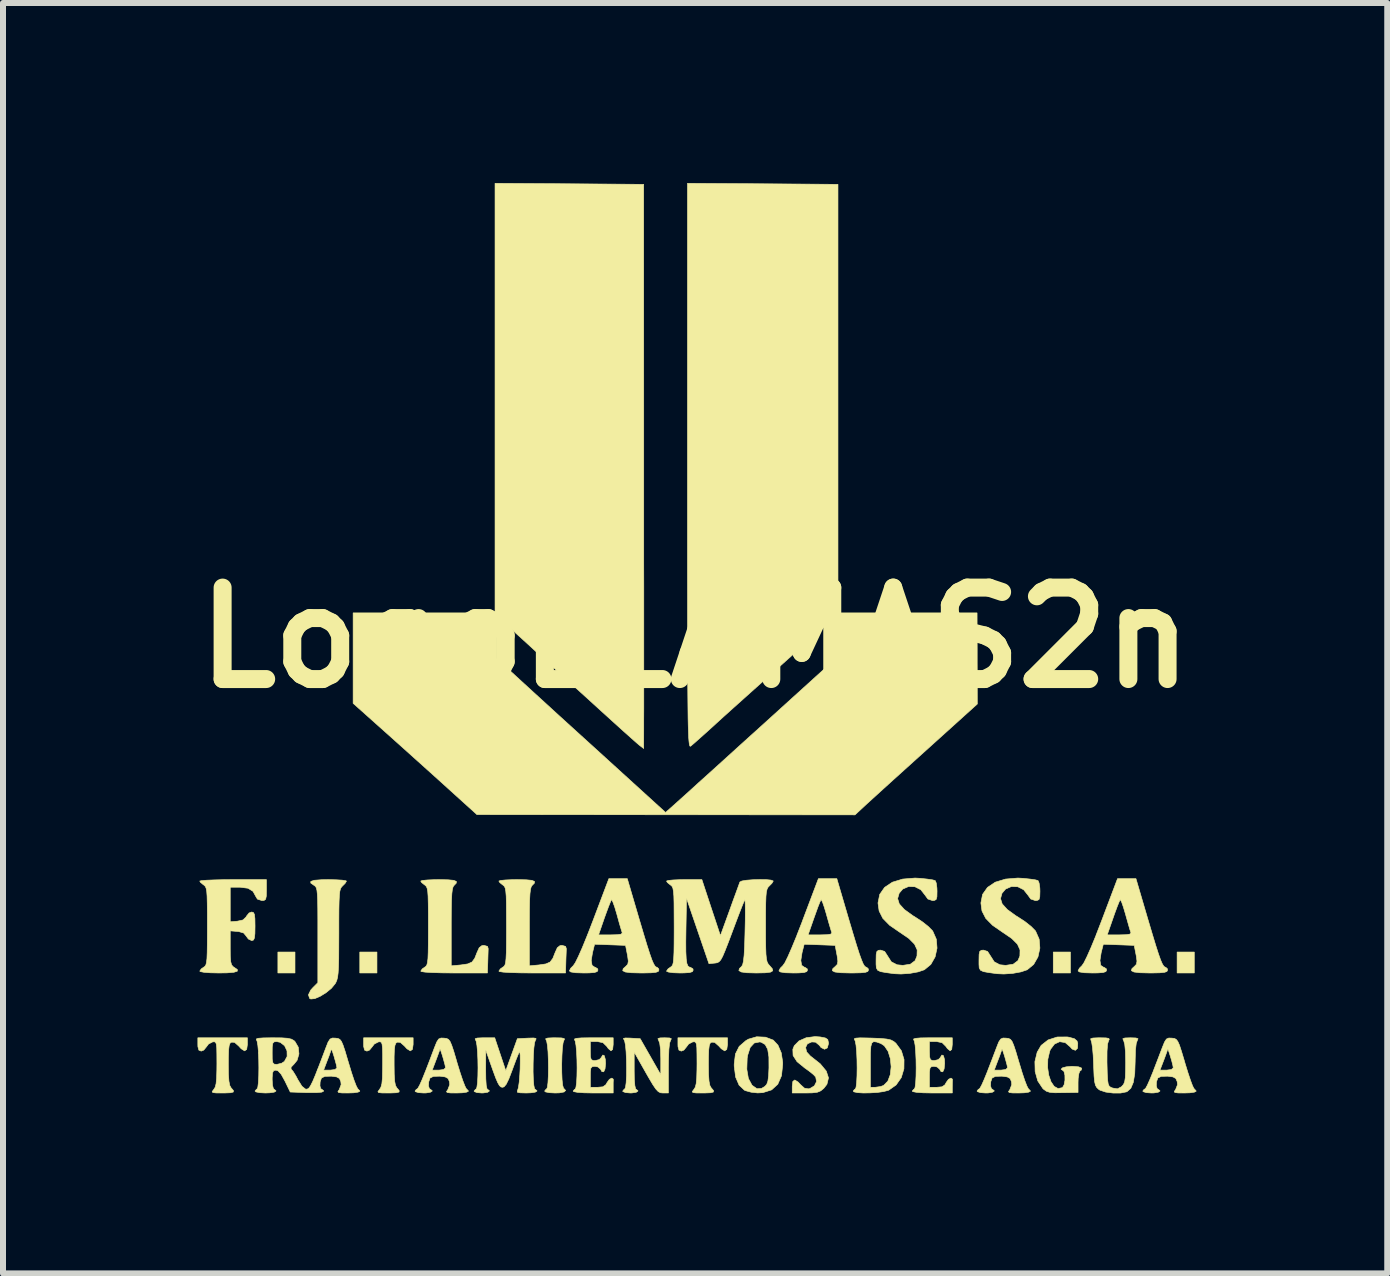
<source format=kicad_pcb>
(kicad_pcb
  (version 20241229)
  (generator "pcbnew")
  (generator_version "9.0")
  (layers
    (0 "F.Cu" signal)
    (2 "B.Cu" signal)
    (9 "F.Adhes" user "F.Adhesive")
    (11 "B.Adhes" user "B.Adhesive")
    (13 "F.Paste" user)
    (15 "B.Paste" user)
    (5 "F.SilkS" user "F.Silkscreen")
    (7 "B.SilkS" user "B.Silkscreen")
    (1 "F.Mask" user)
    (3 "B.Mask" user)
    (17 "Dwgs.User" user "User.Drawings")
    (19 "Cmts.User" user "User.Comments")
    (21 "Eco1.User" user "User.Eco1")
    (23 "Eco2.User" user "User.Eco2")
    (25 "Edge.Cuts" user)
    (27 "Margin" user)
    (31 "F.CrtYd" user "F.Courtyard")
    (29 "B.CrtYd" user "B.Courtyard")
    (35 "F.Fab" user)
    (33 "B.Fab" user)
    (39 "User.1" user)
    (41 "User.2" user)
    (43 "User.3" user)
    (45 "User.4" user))
  (footprint "LogoLLAMAS2n"
    (layer "F.Cu")
    (at 8.534 7.577)
    (property "Reference" "LogoLLAMAS2n" (at 0 0 0) (layer "F.SilkS") (effects (font (size 1.524 1.524) (thickness 0.3))))
    (attr through_hole)
    (fp_poly (pts (xy -6.668 5.588) (xy -6.953 5.588) (xy -6.953 5.239) (xy -6.668 5.239) (xy -6.668 5.588)) (stroke (width 0.01) (type solid)) (fill yes) (layer "F.SilkS"))
    (fp_poly (pts (xy -5.302 5.588) (xy -5.588 5.588) (xy -5.588 5.239) (xy -5.302 5.239) (xy -5.302 5.588)) (stroke (width 0.01) (type solid)) (fill yes) (layer "F.SilkS"))
    (fp_poly (pts (xy 6.255 5.588) (xy 5.969 5.588) (xy 5.969 5.239) (xy 6.255 5.239) (xy 6.255 5.588)) (stroke (width 0.01) (type solid)) (fill yes) (layer "F.SilkS"))
    (fp_poly (pts (xy 8.319 5.588) (xy 8.033 5.588) (xy 8.033 5.239) (xy 8.319 5.239) (xy 8.319 5.588)) (stroke (width 0.01) (type solid)) (fill yes) (layer "F.SilkS"))
    (fp_poly (pts (xy -2.23 6.67) (xy -2.181 6.68) (xy -2.178 6.699) (xy -2.184 6.706) (xy -2.2 6.751) (xy -2.212 6.843) (xy -2.219 6.966) (xy -2.223 7.105) (xy -2.222 7.244) (xy -2.217 7.367) (xy -2.207 7.46) (xy -2.193 7.507) (xy -2.191 7.509) (xy -2.157 7.545) (xy -2.183 7.571) (xy -2.264 7.586) (xy -2.334 7.588) (xy -2.429 7.583) (xy -2.493 7.57) (xy -2.508 7.556) (xy -2.484 7.526) (xy -2.477 7.525) (xy -2.462 7.495) (xy -2.452 7.417) (xy -2.446 7.304) (xy -2.444 7.171) (xy -2.446 7.032) (xy -2.451 6.902) (xy -2.461 6.794) (xy -2.474 6.723) (xy -2.483 6.706) (xy -2.491 6.684) (xy -2.455 6.672) (xy -2.367 6.668) (xy -2.334 6.668) (xy -2.23 6.67)) (stroke (width 0.01) (type solid)) (fill yes) (layer "F.SilkS"))
    (fp_poly (pts (xy 1.174 6.658) (xy 1.303 6.707) (xy 1.381 6.791) (xy 1.436 6.919) (xy 1.46 7.077) (xy 1.46 7.11) (xy 1.44 7.3) (xy 1.378 7.442) (xy 1.275 7.536) (xy 1.13 7.582) (xy 1.041 7.587) (xy 0.934 7.575) (xy 0.839 7.549) (xy 0.822 7.541) (xy 0.733 7.457) (xy 0.675 7.322) (xy 0.659 7.194) (xy 0.862 7.194) (xy 0.888 7.346) (xy 0.946 7.454) (xy 0.954 7.463) (xy 1.031 7.517) (xy 1.106 7.512) (xy 1.161 7.48) (xy 1.193 7.446) (xy 1.213 7.391) (xy 1.225 7.301) (xy 1.231 7.17) (xy 1.23 6.988) (xy 1.21 6.86) (xy 1.168 6.781) (xy 1.102 6.742) (xy 1.077 6.737) (xy 0.986 6.755) (xy 0.918 6.829) (xy 0.876 6.959) (xy 0.868 7.009) (xy 0.862 7.194) (xy 0.659 7.194) (xy 0.652 7.142) (xy 0.652 7.105) (xy 0.672 6.938) (xy 0.735 6.812) (xy 0.847 6.715) (xy 0.891 6.69) (xy 1.026 6.651) (xy 1.174 6.658)) (stroke (width 0.01) (type solid)) (fill yes) (layer "F.SilkS"))
    (fp_poly (pts (xy -7.461 6.779) (xy -7.473 6.862) (xy -7.508 6.886) (xy -7.564 6.851) (xy -7.606 6.805) (xy -7.675 6.744) (xy -7.726 6.741) (xy -7.75 6.758) (xy -7.765 6.798) (xy -7.774 6.87) (xy -7.778 6.986) (xy -7.779 7.109) (xy -7.777 7.276) (xy -7.769 7.39) (xy -7.755 7.462) (xy -7.733 7.502) (xy -7.731 7.504) (xy -7.694 7.547) (xy -7.696 7.572) (xy -7.742 7.584) (xy -7.842 7.588) (xy -7.879 7.588) (xy -7.985 7.587) (xy -8.037 7.581) (xy -8.048 7.565) (xy -8.027 7.536) (xy -8.022 7.53) (xy -7.998 7.492) (xy -7.983 7.433) (xy -7.974 7.34) (xy -7.97 7.203) (xy -7.969 7.099) (xy -7.97 6.941) (xy -7.972 6.836) (xy -7.979 6.773) (xy -7.992 6.743) (xy -8.014 6.734) (xy -8.041 6.737) (xy -8.109 6.772) (xy -8.143 6.818) (xy -8.188 6.873) (xy -8.231 6.89) (xy -8.27 6.874) (xy -8.286 6.815) (xy -8.287 6.779) (xy -8.287 6.668) (xy -7.461 6.668) (xy -7.461 6.779)) (stroke (width 0.01) (type solid)) (fill yes) (layer "F.SilkS"))
    (fp_poly (pts (xy -5.982 4.035) (xy -5.881 4.041) (xy -5.821 4.051) (xy -5.81 4.057) (xy -5.832 4.094) (xy -5.874 4.136) (xy -5.894 4.157) (xy -5.909 4.184) (xy -5.921 4.228) (xy -5.928 4.294) (xy -5.933 4.393) (xy -5.936 4.532) (xy -5.937 4.719) (xy -5.937 4.929) (xy -5.938 5.167) (xy -5.939 5.351) (xy -5.943 5.488) (xy -5.949 5.588) (xy -5.958 5.659) (xy -5.971 5.71) (xy -5.988 5.749) (xy -5.998 5.766) (xy -6.061 5.843) (xy -6.15 5.916) (xy -6.247 5.976) (xy -6.337 6.015) (xy -6.404 6.022) (xy -6.424 6.012) (xy -6.444 5.952) (xy -6.405 5.872) (xy -6.366 5.829) (xy -6.287 5.75) (xy -6.287 4.956) (xy -6.287 4.711) (xy -6.288 4.521) (xy -6.29 4.38) (xy -6.295 4.28) (xy -6.302 4.212) (xy -6.312 4.17) (xy -6.326 4.146) (xy -6.344 4.131) (xy -6.35 4.128) (xy -6.405 4.089) (xy -6.404 4.062) (xy -6.346 4.043) (xy -6.228 4.034) (xy -6.112 4.032) (xy -5.982 4.035)) (stroke (width 0.01) (type solid)) (fill yes) (layer "F.SilkS"))
    (fp_poly (pts (xy -4.699 6.779) (xy -4.711 6.862) (xy -4.746 6.886) (xy -4.802 6.851) (xy -4.844 6.805) (xy -4.913 6.744) (xy -4.964 6.741) (xy -4.987 6.758) (xy -5.003 6.798) (xy -5.012 6.87) (xy -5.016 6.986) (xy -5.016 7.109) (xy -5.014 7.276) (xy -5.007 7.39) (xy -4.993 7.462) (xy -4.971 7.502) (xy -4.969 7.504) (xy -4.932 7.547) (xy -4.933 7.572) (xy -4.98 7.584) (xy -5.08 7.588) (xy -5.117 7.588) (xy -5.222 7.587) (xy -5.275 7.581) (xy -5.286 7.565) (xy -5.264 7.536) (xy -5.26 7.53) (xy -5.236 7.492) (xy -5.22 7.433) (xy -5.211 7.34) (xy -5.208 7.203) (xy -5.207 7.099) (xy -5.207 6.941) (xy -5.21 6.836) (xy -5.217 6.773) (xy -5.23 6.743) (xy -5.252 6.734) (xy -5.278 6.737) (xy -5.346 6.772) (xy -5.381 6.818) (xy -5.426 6.873) (xy -5.469 6.89) (xy -5.508 6.874) (xy -5.523 6.815) (xy -5.524 6.779) (xy -5.524 6.668) (xy -4.699 6.668) (xy -4.699 6.779)) (stroke (width 0.01) (type solid)) (fill yes) (layer "F.SilkS"))
    (fp_poly (pts (xy 0.54 6.779) (xy 0.528 6.862) (xy 0.493 6.886) (xy 0.437 6.851) (xy 0.395 6.805) (xy 0.326 6.744) (xy 0.275 6.741) (xy 0.251 6.758) (xy 0.236 6.798) (xy 0.227 6.87) (xy 0.223 6.986) (xy 0.222 7.109) (xy 0.224 7.276) (xy 0.232 7.39) (xy 0.246 7.462) (xy 0.268 7.502) (xy 0.27 7.504) (xy 0.307 7.547) (xy 0.305 7.572) (xy 0.259 7.584) (xy 0.159 7.588) (xy 0.122 7.588) (xy 0.016 7.587) (xy -0.036 7.581) (xy -0.047 7.565) (xy -0.026 7.536) (xy -0.021 7.53) (xy 0.003 7.492) (xy 0.018 7.433) (xy 0.027 7.34) (xy 0.031 7.203) (xy 0.032 7.099) (xy 0.031 6.941) (xy 0.029 6.836) (xy 0.022 6.773) (xy 0.009 6.743) (xy -0.013 6.734) (xy -0.04 6.737) (xy -0.108 6.772) (xy -0.142 6.818) (xy -0.187 6.873) (xy -0.23 6.89) (xy -0.269 6.874) (xy -0.285 6.815) (xy -0.286 6.779) (xy -0.286 6.668) (xy 0.54 6.668) (xy 0.54 6.779)) (stroke (width 0.01) (type solid)) (fill yes) (layer "F.SilkS"))
    (fp_poly (pts (xy 2.085 6.654) (xy 2.171 6.671) (xy 2.211 6.697) (xy 2.222 6.747) (xy 2.223 6.766) (xy 2.203 6.837) (xy 2.157 6.859) (xy 2.099 6.83) (xy 2.07 6.793) (xy 2.008 6.741) (xy 1.943 6.737) (xy 1.871 6.769) (xy 1.842 6.83) (xy 1.859 6.904) (xy 1.922 6.973) (xy 1.924 6.974) (xy 2.086 7.102) (xy 2.186 7.223) (xy 2.223 7.336) (xy 2.197 7.443) (xy 2.145 7.51) (xy 2.094 7.552) (xy 2.036 7.576) (xy 1.951 7.586) (xy 1.843 7.588) (xy 1.619 7.588) (xy 1.619 7.477) (xy 1.629 7.395) (xy 1.661 7.371) (xy 1.716 7.405) (xy 1.758 7.45) (xy 1.823 7.508) (xy 1.887 7.519) (xy 1.913 7.514) (xy 1.988 7.469) (xy 2.024 7.397) (xy 2.01 7.322) (xy 1.971 7.28) (xy 1.896 7.22) (xy 1.826 7.17) (xy 1.699 7.066) (xy 1.633 6.963) (xy 1.629 6.86) (xy 1.653 6.8) (xy 1.732 6.72) (xy 1.852 6.667) (xy 1.998 6.648) (xy 2.085 6.654)) (stroke (width 0.01) (type solid)) (fill yes) (layer "F.SilkS"))
    (fp_poly (pts (xy -0.424 6.671) (xy -0.395 6.684) (xy -0.406 6.706) (xy -0.425 6.756) (xy -0.437 6.864) (xy -0.443 7.032) (xy -0.445 7.166) (xy -0.445 7.588) (xy -0.537 7.588) (xy -0.578 7.584) (xy -0.615 7.564) (xy -0.656 7.52) (xy -0.708 7.443) (xy -0.778 7.324) (xy -0.822 7.247) (xy -1.015 6.906) (xy -1.015 7.215) (xy -1.013 7.36) (xy -1.004 7.465) (xy -0.991 7.519) (xy -0.984 7.525) (xy -0.953 7.549) (xy -0.953 7.556) (xy -0.981 7.576) (xy -1.051 7.587) (xy -1.079 7.588) (xy -1.159 7.581) (xy -1.203 7.564) (xy -1.206 7.556) (xy -1.182 7.526) (xy -1.175 7.525) (xy -1.16 7.495) (xy -1.149 7.417) (xy -1.143 7.304) (xy -1.142 7.171) (xy -1.144 7.032) (xy -1.15 6.901) (xy -1.16 6.793) (xy -1.174 6.722) (xy -1.183 6.704) (xy -1.195 6.68) (xy -1.164 6.671) (xy -1.081 6.673) (xy -1.069 6.674) (xy -0.915 6.683) (xy -0.572 7.284) (xy -0.572 7.014) (xy -0.576 6.864) (xy -0.59 6.757) (xy -0.61 6.706) (xy -0.62 6.682) (xy -0.584 6.67) (xy -0.508 6.668) (xy -0.424 6.671)) (stroke (width 0.01) (type solid)) (fill yes) (layer "F.SilkS"))
    (fp_poly (pts (xy 6.232 6.659) (xy 6.322 6.684) (xy 6.365 6.721) (xy 6.377 6.759) (xy 6.373 6.843) (xy 6.338 6.877) (xy 6.284 6.856) (xy 6.25 6.818) (xy 6.168 6.748) (xy 6.076 6.733) (xy 5.99 6.772) (xy 5.923 6.86) (xy 5.909 6.894) (xy 5.878 7.028) (xy 5.875 7.164) (xy 5.894 7.292) (xy 5.931 7.4) (xy 5.984 7.478) (xy 6.049 7.514) (xy 6.12 7.499) (xy 6.123 7.497) (xy 6.15 7.451) (xy 6.164 7.375) (xy 6.163 7.292) (xy 6.148 7.23) (xy 6.131 7.214) (xy 6.1 7.192) (xy 6.122 7.169) (xy 6.185 7.152) (xy 6.277 7.144) (xy 6.288 7.144) (xy 6.391 7.152) (xy 6.442 7.173) (xy 6.437 7.205) (xy 6.413 7.223) (xy 6.396 7.264) (xy 6.384 7.346) (xy 6.382 7.411) (xy 6.382 7.579) (xy 6.126 7.583) (xy 5.995 7.584) (xy 5.911 7.577) (xy 5.855 7.559) (xy 5.81 7.527) (xy 5.795 7.513) (xy 5.711 7.387) (xy 5.667 7.231) (xy 5.663 7.065) (xy 5.701 6.908) (xy 5.767 6.795) (xy 5.883 6.704) (xy 6.034 6.655) (xy 6.202 6.654) (xy 6.232 6.659)) (stroke (width 0.01) (type solid)) (fill yes) (layer "F.SilkS"))
    (fp_poly (pts (xy 2.868 6.671) (xy 2.942 6.673) (xy 3.093 6.679) (xy 3.194 6.689) (xy 3.262 6.704) (xy 3.31 6.729) (xy 3.346 6.759) (xy 3.438 6.885) (xy 3.482 7.031) (xy 3.48 7.185) (xy 3.436 7.331) (xy 3.35 7.454) (xy 3.227 7.541) (xy 3.218 7.544) (xy 3.143 7.564) (xy 3.038 7.579) (xy 2.919 7.586) (xy 2.804 7.588) (xy 2.707 7.582) (xy 2.647 7.569) (xy 2.635 7.556) (xy 2.659 7.526) (xy 2.667 7.525) (xy 2.682 7.495) (xy 2.692 7.417) (xy 2.698 7.304) (xy 2.7 7.171) (xy 2.699 7.112) (xy 2.921 7.112) (xy 2.921 7.493) (xy 3.002 7.493) (xy 3.09 7.481) (xy 3.142 7.462) (xy 3.212 7.391) (xy 3.253 7.282) (xy 3.267 7.151) (xy 3.254 7.016) (xy 3.216 6.893) (xy 3.153 6.801) (xy 3.095 6.763) (xy 3.024 6.738) (xy 2.976 6.732) (xy 2.946 6.754) (xy 2.929 6.812) (xy 2.922 6.915) (xy 2.921 7.071) (xy 2.921 7.112) (xy 2.699 7.112) (xy 2.698 7.032) (xy 2.692 6.901) (xy 2.682 6.792) (xy 2.668 6.721) (xy 2.659 6.703) (xy 2.652 6.685) (xy 2.678 6.674) (xy 2.748 6.669) (xy 2.868 6.671)) (stroke (width 0.01) (type solid)) (fill yes) (layer "F.SilkS"))
    (fp_poly (pts (xy -4.117 4.035) (xy -4.022 4.044) (xy -3.978 4.063) (xy -3.981 4.092) (xy -4.016 4.128) (xy -4.033 4.151) (xy -4.045 4.195) (xy -4.054 4.268) (xy -4.06 4.378) (xy -4.063 4.532) (xy -4.064 4.74) (xy -4.064 4.818) (xy -4.064 5.469) (xy -3.903 5.454) (xy -3.789 5.437) (xy -3.719 5.406) (xy -3.673 5.345) (xy -3.636 5.251) (xy -3.598 5.167) (xy -3.553 5.132) (xy -3.519 5.128) (xy -3.459 5.145) (xy -3.448 5.183) (xy -3.45 5.245) (xy -3.453 5.344) (xy -3.455 5.413) (xy -3.461 5.588) (xy -4.016 5.588) (xy -4.219 5.586) (xy -4.383 5.581) (xy -4.499 5.574) (xy -4.562 5.564) (xy -4.572 5.557) (xy -4.547 5.52) (xy -4.508 5.493) (xy -4.487 5.478) (xy -4.471 5.455) (xy -4.46 5.414) (xy -4.452 5.348) (xy -4.448 5.247) (xy -4.446 5.104) (xy -4.445 4.909) (xy -4.445 4.809) (xy -4.445 4.59) (xy -4.447 4.426) (xy -4.45 4.308) (xy -4.456 4.227) (xy -4.466 4.176) (xy -4.48 4.145) (xy -4.499 4.126) (xy -4.508 4.12) (xy -4.558 4.08) (xy -4.572 4.056) (xy -4.543 4.046) (xy -4.463 4.038) (xy -4.348 4.033) (xy -4.27 4.032) (xy -4.117 4.035)) (stroke (width 0.01) (type solid)) (fill yes) (layer "F.SilkS"))
    (fp_poly (pts (xy -2.815 4.035) (xy -2.72 4.044) (xy -2.676 4.063) (xy -2.679 4.092) (xy -2.715 4.128) (xy -2.731 4.151) (xy -2.743 4.195) (xy -2.752 4.268) (xy -2.758 4.378) (xy -2.761 4.532) (xy -2.762 4.74) (xy -2.762 4.818) (xy -2.762 5.469) (xy -2.602 5.454) (xy -2.487 5.437) (xy -2.417 5.406) (xy -2.371 5.345) (xy -2.334 5.251) (xy -2.296 5.167) (xy -2.251 5.132) (xy -2.218 5.128) (xy -2.158 5.145) (xy -2.146 5.183) (xy -2.148 5.245) (xy -2.152 5.344) (xy -2.154 5.413) (xy -2.159 5.588) (xy -2.715 5.588) (xy -2.918 5.586) (xy -3.081 5.581) (xy -3.197 5.574) (xy -3.261 5.564) (xy -3.27 5.557) (xy -3.245 5.52) (xy -3.207 5.493) (xy -3.185 5.478) (xy -3.169 5.455) (xy -3.158 5.414) (xy -3.151 5.348) (xy -3.146 5.247) (xy -3.144 5.104) (xy -3.143 4.909) (xy -3.143 4.809) (xy -3.144 4.59) (xy -3.145 4.426) (xy -3.148 4.308) (xy -3.155 4.227) (xy -3.164 4.176) (xy -3.178 4.145) (xy -3.198 4.126) (xy -3.207 4.12) (xy -3.256 4.08) (xy -3.27 4.056) (xy -3.241 4.046) (xy -3.162 4.038) (xy -3.047 4.033) (xy -2.969 4.032) (xy -2.815 4.035)) (stroke (width 0.01) (type solid)) (fill yes) (layer "F.SilkS"))
    (fp_poly (pts (xy 7.346 6.671) (xy 7.382 6.683) (xy 7.372 6.706) (xy 7.372 6.706) (xy 7.352 6.76) (xy 7.339 6.872) (xy 7.334 7.038) (xy 7.334 7.056) (xy 7.327 7.262) (xy 7.303 7.411) (xy 7.261 7.51) (xy 7.2 7.564) (xy 7.19 7.569) (xy 7.09 7.589) (xy 6.966 7.589) (xy 6.844 7.573) (xy 6.749 7.542) (xy 6.727 7.528) (xy 6.694 7.497) (xy 6.672 7.458) (xy 6.658 7.399) (xy 6.649 7.307) (xy 6.643 7.168) (xy 6.641 7.107) (xy 6.634 6.959) (xy 6.623 6.833) (xy 6.609 6.744) (xy 6.597 6.707) (xy 6.592 6.684) (xy 6.63 6.672) (xy 6.719 6.668) (xy 6.747 6.668) (xy 6.848 6.67) (xy 6.896 6.679) (xy 6.902 6.698) (xy 6.893 6.712) (xy 6.874 6.77) (xy 6.865 6.891) (xy 6.864 7.072) (xy 6.865 7.116) (xy 6.869 7.271) (xy 6.875 7.375) (xy 6.885 7.439) (xy 6.901 7.474) (xy 6.928 7.494) (xy 6.96 7.506) (xy 7.038 7.519) (xy 7.103 7.485) (xy 7.111 7.478) (xy 7.14 7.445) (xy 7.159 7.4) (xy 7.17 7.33) (xy 7.174 7.223) (xy 7.176 7.082) (xy 7.172 6.9) (xy 7.16 6.776) (xy 7.141 6.711) (xy 7.137 6.706) (xy 7.128 6.683) (xy 7.164 6.671) (xy 7.255 6.668) (xy 7.255 6.668) (xy 7.346 6.671)) (stroke (width 0.01) (type solid)) (fill yes) (layer "F.SilkS"))
    (fp_poly (pts (xy -1.365 6.779) (xy -1.374 6.862) (xy -1.402 6.885) (xy -1.447 6.847) (xy -1.473 6.81) (xy -1.535 6.75) (xy -1.625 6.731) (xy -1.636 6.731) (xy -1.746 6.731) (xy -1.746 6.89) (xy -1.744 6.984) (xy -1.731 7.031) (xy -1.699 7.047) (xy -1.666 7.048) (xy -1.598 7.032) (xy -1.567 7.001) (xy -1.538 6.955) (xy -1.513 6.966) (xy -1.496 7.028) (xy -1.492 7.096) (xy -1.501 7.187) (xy -1.523 7.235) (xy -1.553 7.232) (xy -1.576 7.191) (xy -1.619 7.154) (xy -1.67 7.144) (xy -1.714 7.149) (xy -1.737 7.174) (xy -1.745 7.235) (xy -1.746 7.318) (xy -1.746 7.493) (xy -1.624 7.493) (xy -1.537 7.485) (xy -1.488 7.451) (xy -1.465 7.411) (xy -1.428 7.36) (xy -1.388 7.34) (xy -1.364 7.357) (xy -1.363 7.375) (xy -1.365 7.42) (xy -1.365 7.493) (xy -1.365 7.588) (xy -1.699 7.588) (xy -1.851 7.585) (xy -1.962 7.577) (xy -2.023 7.565) (xy -2.032 7.556) (xy -2.008 7.526) (xy -2 7.525) (xy -1.986 7.495) (xy -1.975 7.417) (xy -1.969 7.304) (xy -1.967 7.171) (xy -1.969 7.032) (xy -1.975 6.902) (xy -1.985 6.794) (xy -1.998 6.723) (xy -2.007 6.706) (xy -2.01 6.688) (xy -1.976 6.677) (xy -1.895 6.67) (xy -1.76 6.668) (xy -1.705 6.668) (xy -1.365 6.668) (xy -1.365 6.779)) (stroke (width 0.01) (type solid)) (fill yes) (layer "F.SilkS"))
    (fp_poly (pts (xy 4.286 6.779) (xy 4.277 6.862) (xy 4.25 6.885) (xy 4.204 6.847) (xy 4.178 6.81) (xy 4.117 6.75) (xy 4.027 6.731) (xy 4.016 6.731) (xy 3.905 6.731) (xy 3.905 6.89) (xy 3.908 6.984) (xy 3.921 7.031) (xy 3.953 7.047) (xy 3.986 7.048) (xy 4.053 7.032) (xy 4.084 7.001) (xy 4.113 6.955) (xy 4.139 6.966) (xy 4.156 7.028) (xy 4.159 7.096) (xy 4.15 7.187) (xy 4.128 7.235) (xy 4.099 7.232) (xy 4.075 7.191) (xy 4.033 7.154) (xy 3.981 7.144) (xy 3.938 7.149) (xy 3.915 7.174) (xy 3.906 7.235) (xy 3.905 7.318) (xy 3.905 7.493) (xy 4.027 7.493) (xy 4.114 7.485) (xy 4.164 7.451) (xy 4.186 7.411) (xy 4.223 7.36) (xy 4.264 7.34) (xy 4.288 7.357) (xy 4.289 7.375) (xy 4.287 7.42) (xy 4.286 7.493) (xy 4.286 7.588) (xy 3.953 7.588) (xy 3.8 7.585) (xy 3.689 7.577) (xy 3.628 7.565) (xy 3.619 7.556) (xy 3.644 7.526) (xy 3.651 7.525) (xy 3.666 7.495) (xy 3.676 7.417) (xy 3.682 7.304) (xy 3.684 7.171) (xy 3.682 7.032) (xy 3.676 6.902) (xy 3.667 6.794) (xy 3.654 6.723) (xy 3.645 6.706) (xy 3.641 6.688) (xy 3.676 6.677) (xy 3.757 6.67) (xy 3.891 6.668) (xy 3.947 6.668) (xy 4.286 6.668) (xy 4.286 6.779)) (stroke (width 0.01) (type solid)) (fill yes) (layer "F.SilkS"))
    (fp_poly (pts (xy 3.754 4.011) (xy 3.868 4.023) (xy 3.957 4.036) (xy 4.001 4.048) (xy 4.019 4.089) (xy 4.03 4.171) (xy 4.032 4.225) (xy 4.03 4.318) (xy 4.016 4.365) (xy 3.984 4.38) (xy 3.955 4.381) (xy 3.879 4.355) (xy 3.835 4.294) (xy 3.762 4.201) (xy 3.664 4.151) (xy 3.558 4.147) (xy 3.461 4.189) (xy 3.401 4.259) (xy 3.375 4.348) (xy 3.403 4.437) (xy 3.487 4.53) (xy 3.629 4.633) (xy 3.667 4.656) (xy 3.783 4.732) (xy 3.886 4.813) (xy 3.955 4.883) (xy 3.961 4.891) (xy 4.02 5.025) (xy 4.032 5.174) (xy 4 5.32) (xy 3.928 5.446) (xy 3.82 5.535) (xy 3.819 5.535) (xy 3.716 5.57) (xy 3.577 5.595) (xy 3.431 5.605) (xy 3.318 5.6) (xy 3.179 5.581) (xy 3.09 5.565) (xy 3.042 5.542) (xy 3.021 5.503) (xy 3.016 5.442) (xy 3.016 5.38) (xy 3.018 5.281) (xy 3.03 5.229) (xy 3.057 5.21) (xy 3.092 5.207) (xy 3.159 5.229) (xy 3.207 5.303) (xy 3.27 5.402) (xy 3.365 5.451) (xy 3.461 5.461) (xy 3.587 5.442) (xy 3.666 5.383) (xy 3.698 5.305) (xy 3.701 5.203) (xy 3.657 5.108) (xy 3.563 5.013) (xy 3.412 4.91) (xy 3.412 4.91) (xy 3.242 4.793) (xy 3.129 4.678) (xy 3.067 4.555) (xy 3.048 4.421) (xy 3.077 4.278) (xy 3.158 4.162) (xy 3.288 4.075) (xy 3.459 4.023) (xy 3.666 4.006) (xy 3.754 4.011)) (stroke (width 0.01) (type solid)) (fill yes) (layer "F.SilkS"))
    (fp_poly (pts (xy 5.469 4.011) (xy 5.582 4.023) (xy 5.671 4.036) (xy 5.715 4.048) (xy 5.733 4.089) (xy 5.745 4.171) (xy 5.747 4.225) (xy 5.744 4.318) (xy 5.731 4.365) (xy 5.698 4.38) (xy 5.669 4.381) (xy 5.593 4.355) (xy 5.55 4.294) (xy 5.476 4.201) (xy 5.378 4.151) (xy 5.272 4.147) (xy 5.175 4.189) (xy 5.115 4.259) (xy 5.09 4.348) (xy 5.118 4.437) (xy 5.202 4.53) (xy 5.344 4.633) (xy 5.382 4.656) (xy 5.498 4.732) (xy 5.6 4.813) (xy 5.669 4.883) (xy 5.675 4.891) (xy 5.734 5.025) (xy 5.746 5.174) (xy 5.714 5.32) (xy 5.642 5.446) (xy 5.534 5.535) (xy 5.534 5.535) (xy 5.43 5.57) (xy 5.292 5.595) (xy 5.145 5.605) (xy 5.032 5.6) (xy 4.893 5.581) (xy 4.805 5.565) (xy 4.756 5.542) (xy 4.735 5.503) (xy 4.731 5.442) (xy 4.731 5.38) (xy 4.733 5.281) (xy 4.744 5.229) (xy 4.771 5.21) (xy 4.806 5.207) (xy 4.874 5.229) (xy 4.922 5.303) (xy 4.985 5.402) (xy 5.079 5.451) (xy 5.175 5.461) (xy 5.301 5.442) (xy 5.38 5.383) (xy 5.413 5.305) (xy 5.415 5.203) (xy 5.372 5.108) (xy 5.277 5.013) (xy 5.126 4.91) (xy 5.126 4.91) (xy 4.957 4.793) (xy 4.844 4.678) (xy 4.781 4.555) (xy 4.763 4.421) (xy 4.791 4.278) (xy 4.873 4.162) (xy 5.002 4.075) (xy 5.173 4.023) (xy 5.38 4.006) (xy 5.469 4.011)) (stroke (width 0.01) (type solid)) (fill yes) (layer "F.SilkS"))
    (fp_poly (pts (xy -4.182 6.674) (xy -4.142 6.679) (xy -4.111 6.694) (xy -4.084 6.728) (xy -4.057 6.79) (xy -4.023 6.891) (xy -3.979 7.04) (xy -3.963 7.096) (xy -3.916 7.248) (xy -3.873 7.377) (xy -3.837 7.47) (xy -3.814 7.516) (xy -3.81 7.519) (xy -3.779 7.552) (xy -3.778 7.559) (xy -3.807 7.574) (xy -3.882 7.585) (xy -3.974 7.588) (xy -4.079 7.587) (xy -4.132 7.58) (xy -4.143 7.564) (xy -4.123 7.535) (xy -4.121 7.533) (xy -4.089 7.449) (xy -4.094 7.398) (xy -4.117 7.346) (xy -4.165 7.32) (xy -4.253 7.308) (xy -4.36 7.311) (xy -4.416 7.338) (xy -4.418 7.34) (xy -4.439 7.402) (xy -4.443 7.47) (xy -4.428 7.517) (xy -4.413 7.525) (xy -4.382 7.549) (xy -4.381 7.556) (xy -4.41 7.575) (xy -4.482 7.587) (xy -4.524 7.588) (xy -4.61 7.582) (xy -4.661 7.566) (xy -4.667 7.556) (xy -4.645 7.526) (xy -4.638 7.525) (xy -4.62 7.509) (xy -4.591 7.458) (xy -4.55 7.366) (xy -4.495 7.229) (xy -4.486 7.207) (xy -4.381 7.207) (xy -4.27 7.207) (xy -4.191 7.197) (xy -4.16 7.169) (xy -4.16 7.168) (xy -4.167 7.124) (xy -4.186 7.053) (xy -4.209 6.972) (xy -4.232 6.901) (xy -4.248 6.86) (xy -4.252 6.858) (xy -4.264 6.894) (xy -4.292 6.971) (xy -4.318 7.041) (xy -4.381 7.207) (xy -4.486 7.207) (xy -4.422 7.041) (xy -4.345 6.836) (xy -4.306 6.739) (xy -4.274 6.689) (xy -4.234 6.672) (xy -4.182 6.674)) (stroke (width 0.01) (type solid)) (fill yes) (layer "F.SilkS"))
    (fp_poly (pts (xy 5.184 6.674) (xy 5.224 6.679) (xy 5.255 6.694) (xy 5.282 6.728) (xy 5.309 6.79) (xy 5.343 6.891) (xy 5.387 7.04) (xy 5.404 7.096) (xy 5.45 7.248) (xy 5.493 7.377) (xy 5.529 7.47) (xy 5.553 7.516) (xy 5.556 7.519) (xy 5.587 7.552) (xy 5.588 7.559) (xy 5.559 7.574) (xy 5.484 7.585) (xy 5.393 7.588) (xy 5.287 7.587) (xy 5.234 7.58) (xy 5.223 7.564) (xy 5.243 7.535) (xy 5.245 7.533) (xy 5.277 7.449) (xy 5.272 7.398) (xy 5.249 7.346) (xy 5.202 7.32) (xy 5.114 7.308) (xy 5.006 7.311) (xy 4.95 7.338) (xy 4.949 7.34) (xy 4.927 7.402) (xy 4.924 7.47) (xy 4.938 7.517) (xy 4.953 7.525) (xy 4.984 7.549) (xy 4.985 7.556) (xy 4.956 7.575) (xy 4.885 7.587) (xy 4.842 7.588) (xy 4.757 7.582) (xy 4.706 7.566) (xy 4.699 7.556) (xy 4.721 7.526) (xy 4.728 7.525) (xy 4.746 7.509) (xy 4.775 7.458) (xy 4.816 7.366) (xy 4.872 7.229) (xy 4.88 7.207) (xy 4.985 7.207) (xy 5.096 7.207) (xy 5.176 7.197) (xy 5.206 7.169) (xy 5.207 7.168) (xy 5.199 7.124) (xy 5.18 7.053) (xy 5.157 6.972) (xy 5.134 6.901) (xy 5.118 6.86) (xy 5.114 6.858) (xy 5.102 6.894) (xy 5.075 6.971) (xy 5.048 7.041) (xy 4.985 7.207) (xy 4.88 7.207) (xy 4.944 7.041) (xy 5.022 6.836) (xy 5.06 6.739) (xy 5.093 6.689) (xy 5.132 6.672) (xy 5.184 6.674)) (stroke (width 0.01) (type solid)) (fill yes) (layer "F.SilkS"))
    (fp_poly (pts (xy 7.947 6.674) (xy 7.987 6.679) (xy 8.017 6.694) (xy 8.044 6.728) (xy 8.072 6.79) (xy 8.105 6.891) (xy 8.15 7.04) (xy 8.166 7.096) (xy 8.213 7.248) (xy 8.256 7.377) (xy 8.291 7.47) (xy 8.315 7.516) (xy 8.319 7.519) (xy 8.349 7.552) (xy 8.35 7.559) (xy 8.321 7.574) (xy 8.246 7.585) (xy 8.155 7.588) (xy 8.049 7.587) (xy 7.996 7.58) (xy 7.985 7.564) (xy 8.005 7.535) (xy 8.007 7.533) (xy 8.04 7.449) (xy 8.034 7.398) (xy 8.011 7.346) (xy 7.964 7.32) (xy 7.876 7.308) (xy 7.768 7.311) (xy 7.712 7.338) (xy 7.711 7.34) (xy 7.689 7.402) (xy 7.686 7.47) (xy 7.701 7.517) (xy 7.715 7.525) (xy 7.746 7.549) (xy 7.747 7.556) (xy 7.719 7.575) (xy 7.647 7.587) (xy 7.604 7.588) (xy 7.519 7.582) (xy 7.468 7.566) (xy 7.461 7.556) (xy 7.484 7.526) (xy 7.491 7.525) (xy 7.509 7.509) (xy 7.537 7.458) (xy 7.578 7.366) (xy 7.634 7.229) (xy 7.642 7.207) (xy 7.747 7.207) (xy 7.858 7.207) (xy 7.938 7.197) (xy 7.969 7.169) (xy 7.969 7.168) (xy 7.961 7.124) (xy 7.943 7.053) (xy 7.919 6.972) (xy 7.896 6.901) (xy 7.88 6.86) (xy 7.876 6.858) (xy 7.865 6.894) (xy 7.837 6.971) (xy 7.811 7.041) (xy 7.747 7.207) (xy 7.642 7.207) (xy 7.706 7.041) (xy 7.784 6.836) (xy 7.823 6.739) (xy 7.855 6.689) (xy 7.894 6.672) (xy 7.947 6.674)) (stroke (width 0.01) (type solid)) (fill yes) (layer "F.SilkS"))
    (fp_poly (pts (xy -0.932 4.69) (xy -0.859 4.935) (xy -0.801 5.126) (xy -0.755 5.269) (xy -0.719 5.371) (xy -0.69 5.437) (xy -0.666 5.475) (xy -0.645 5.491) (xy -0.634 5.493) (xy -0.607 5.518) (xy -0.603 5.54) (xy -0.614 5.563) (xy -0.654 5.577) (xy -0.732 5.585) (xy -0.861 5.588) (xy -0.905 5.588) (xy -1.063 5.584) (xy -1.162 5.572) (xy -1.206 5.55) (xy -1.198 5.516) (xy -1.153 5.476) (xy -1.122 5.443) (xy -1.113 5.391) (xy -1.125 5.301) (xy -1.129 5.282) (xy -1.159 5.128) (xy -1.675 5.109) (xy -1.71 5.251) (xy -1.731 5.379) (xy -1.717 5.461) (xy -1.67 5.493) (xy -1.663 5.493) (xy -1.624 5.518) (xy -1.619 5.54) (xy -1.632 5.565) (xy -1.677 5.58) (xy -1.766 5.587) (xy -1.857 5.588) (xy -1.99 5.584) (xy -2.072 5.571) (xy -2.095 5.553) (xy -2.073 5.509) (xy -2.03 5.466) (xy -1.997 5.418) (xy -1.946 5.315) (xy -1.879 5.164) (xy -1.8 4.97) (xy -1.793 4.953) (xy -1.609 4.953) (xy -1.404 4.953) (xy -1.293 4.95) (xy -1.233 4.941) (xy -1.215 4.922) (xy -1.218 4.907) (xy -1.234 4.856) (xy -1.262 4.761) (xy -1.295 4.641) (xy -1.305 4.605) (xy -1.339 4.491) (xy -1.369 4.408) (xy -1.389 4.368) (xy -1.394 4.368) (xy -1.411 4.404) (xy -1.444 4.486) (xy -1.486 4.6) (xy -1.511 4.669) (xy -1.609 4.953) (xy -1.793 4.953) (xy -1.71 4.738) (xy -1.701 4.715) (xy -1.437 4.016) (xy -1.13 4.016) (xy -0.932 4.69)) (stroke (width 0.01) (type solid)) (fill yes) (layer "F.SilkS"))
    (fp_poly (pts (xy 2.56 4.69) (xy 2.633 4.935) (xy 2.691 5.126) (xy 2.737 5.269) (xy 2.774 5.371) (xy 2.802 5.437) (xy 2.826 5.475) (xy 2.848 5.491) (xy 2.859 5.493) (xy 2.886 5.518) (xy 2.889 5.54) (xy 2.878 5.563) (xy 2.839 5.577) (xy 2.76 5.585) (xy 2.631 5.588) (xy 2.588 5.588) (xy 2.429 5.584) (xy 2.33 5.572) (xy 2.287 5.55) (xy 2.295 5.516) (xy 2.34 5.476) (xy 2.371 5.443) (xy 2.379 5.391) (xy 2.367 5.301) (xy 2.363 5.282) (xy 2.334 5.128) (xy 1.818 5.109) (xy 1.782 5.251) (xy 1.762 5.379) (xy 1.776 5.461) (xy 1.823 5.493) (xy 1.829 5.493) (xy 1.868 5.518) (xy 1.873 5.54) (xy 1.861 5.565) (xy 1.816 5.58) (xy 1.727 5.587) (xy 1.635 5.588) (xy 1.502 5.584) (xy 1.421 5.571) (xy 1.397 5.553) (xy 1.419 5.509) (xy 1.462 5.466) (xy 1.496 5.418) (xy 1.547 5.315) (xy 1.613 5.164) (xy 1.693 4.97) (xy 1.699 4.953) (xy 1.883 4.953) (xy 2.088 4.953) (xy 2.2 4.95) (xy 2.259 4.941) (xy 2.278 4.922) (xy 2.275 4.907) (xy 2.259 4.856) (xy 2.231 4.761) (xy 2.197 4.641) (xy 2.187 4.605) (xy 2.153 4.491) (xy 2.124 4.408) (xy 2.103 4.368) (xy 2.099 4.368) (xy 2.081 4.404) (xy 2.048 4.486) (xy 2.007 4.6) (xy 1.982 4.669) (xy 1.883 4.953) (xy 1.699 4.953) (xy 1.783 4.738) (xy 1.791 4.715) (xy 2.055 4.016) (xy 2.362 4.016) (xy 2.56 4.69)) (stroke (width 0.01) (type solid)) (fill yes) (layer "F.SilkS"))
    (fp_poly (pts (xy 7.545 4.69) (xy 7.618 4.935) (xy 7.676 5.126) (xy 7.722 5.269) (xy 7.758 5.371) (xy 7.787 5.437) (xy 7.811 5.475) (xy 7.832 5.491) (xy 7.843 5.493) (xy 7.871 5.518) (xy 7.874 5.54) (xy 7.863 5.563) (xy 7.824 5.577) (xy 7.745 5.585) (xy 7.616 5.588) (xy 7.572 5.588) (xy 7.414 5.584) (xy 7.315 5.572) (xy 7.271 5.55) (xy 7.28 5.516) (xy 7.324 5.476) (xy 7.355 5.443) (xy 7.364 5.391) (xy 7.352 5.301) (xy 7.348 5.282) (xy 7.318 5.128) (xy 6.803 5.109) (xy 6.767 5.251) (xy 6.747 5.379) (xy 6.76 5.461) (xy 6.808 5.493) (xy 6.814 5.493) (xy 6.853 5.518) (xy 6.858 5.54) (xy 6.846 5.565) (xy 6.8 5.58) (xy 6.711 5.587) (xy 6.62 5.588) (xy 6.487 5.584) (xy 6.406 5.571) (xy 6.382 5.553) (xy 6.404 5.509) (xy 6.447 5.466) (xy 6.48 5.418) (xy 6.531 5.315) (xy 6.598 5.164) (xy 6.678 4.97) (xy 6.684 4.953) (xy 6.868 4.953) (xy 7.073 4.953) (xy 7.185 4.95) (xy 7.244 4.941) (xy 7.263 4.922) (xy 7.26 4.907) (xy 7.243 4.856) (xy 7.216 4.761) (xy 7.182 4.641) (xy 7.172 4.605) (xy 7.138 4.491) (xy 7.109 4.408) (xy 7.088 4.368) (xy 7.084 4.368) (xy 7.066 4.404) (xy 7.033 4.486) (xy 6.991 4.6) (xy 6.967 4.669) (xy 6.868 4.953) (xy 6.684 4.953) (xy 6.767 4.738) (xy 6.776 4.715) (xy 7.04 4.016) (xy 7.347 4.016) (xy 7.545 4.69)) (stroke (width 0.01) (type solid)) (fill yes) (layer "F.SilkS"))
    (fp_poly (pts (xy -7.144 4.207) (xy -7.146 4.307) (xy -7.157 4.359) (xy -7.184 4.379) (xy -7.221 4.381) (xy -7.294 4.357) (xy -7.318 4.318) (xy -7.368 4.227) (xy -7.451 4.176) (xy -7.58 4.159) (xy -7.591 4.159) (xy -7.747 4.159) (xy -7.747 4.735) (xy -7.628 4.725) (xy -7.534 4.704) (xy -7.483 4.655) (xy -7.478 4.643) (xy -7.433 4.588) (xy -7.39 4.572) (xy -7.361 4.58) (xy -7.344 4.612) (xy -7.336 4.682) (xy -7.334 4.801) (xy -7.334 4.81) (xy -7.336 4.933) (xy -7.344 5.005) (xy -7.36 5.039) (xy -7.388 5.048) (xy -7.39 5.048) (xy -7.445 5.022) (xy -7.478 4.977) (xy -7.523 4.922) (xy -7.608 4.897) (xy -7.628 4.896) (xy -7.747 4.886) (xy -7.747 5.172) (xy -7.746 5.311) (xy -7.739 5.399) (xy -7.725 5.452) (xy -7.701 5.481) (xy -7.684 5.493) (xy -7.629 5.53) (xy -7.629 5.558) (xy -7.685 5.576) (xy -7.8 5.586) (xy -7.938 5.588) (xy -8.078 5.585) (xy -8.184 5.577) (xy -8.245 5.565) (xy -8.255 5.557) (xy -8.23 5.52) (xy -8.191 5.493) (xy -8.17 5.478) (xy -8.154 5.455) (xy -8.143 5.414) (xy -8.135 5.348) (xy -8.131 5.247) (xy -8.129 5.104) (xy -8.128 4.909) (xy -8.128 4.809) (xy -8.128 4.59) (xy -8.13 4.426) (xy -8.133 4.308) (xy -8.139 4.227) (xy -8.149 4.176) (xy -8.163 4.145) (xy -8.182 4.126) (xy -8.191 4.12) (xy -8.241 4.08) (xy -8.255 4.056) (xy -8.225 4.049) (xy -8.142 4.042) (xy -8.015 4.037) (xy -7.855 4.033) (xy -7.699 4.032) (xy -7.144 4.032) (xy -7.144 4.207)) (stroke (width 0.01) (type solid)) (fill yes) (layer "F.SilkS"))
    (fp_poly (pts (xy -3.247 6.943) (xy -3.155 7.218) (xy -3.059 6.951) (xy -2.962 6.683) (xy -2.79 6.674) (xy -2.694 6.671) (xy -2.651 6.678) (xy -2.653 6.697) (xy -2.659 6.704) (xy -2.675 6.748) (xy -2.687 6.838) (xy -2.695 6.958) (xy -2.699 7.095) (xy -2.7 7.233) (xy -2.696 7.359) (xy -2.688 7.458) (xy -2.676 7.516) (xy -2.667 7.525) (xy -2.636 7.549) (xy -2.635 7.556) (xy -2.664 7.574) (xy -2.738 7.585) (xy -2.814 7.588) (xy -2.915 7.585) (xy -2.962 7.575) (xy -2.963 7.554) (xy -2.96 7.549) (xy -2.945 7.501) (xy -2.931 7.407) (xy -2.921 7.279) (xy -2.916 7.186) (xy -2.914 7.057) (xy -2.915 6.959) (xy -2.921 6.906) (xy -2.928 6.901) (xy -2.948 6.945) (xy -2.984 7.034) (xy -3.028 7.152) (xy -3.051 7.215) (xy -3.105 7.355) (xy -3.148 7.443) (xy -3.184 7.485) (xy -3.208 7.493) (xy -3.235 7.488) (xy -3.26 7.466) (xy -3.288 7.418) (xy -3.323 7.337) (xy -3.369 7.212) (xy -3.427 7.048) (xy -3.488 6.874) (xy -3.49 7.199) (xy -3.488 7.351) (xy -3.481 7.46) (xy -3.468 7.518) (xy -3.461 7.525) (xy -3.43 7.549) (xy -3.429 7.556) (xy -3.457 7.576) (xy -3.528 7.587) (xy -3.556 7.588) (xy -3.636 7.581) (xy -3.68 7.564) (xy -3.683 7.556) (xy -3.659 7.526) (xy -3.651 7.525) (xy -3.637 7.495) (xy -3.626 7.417) (xy -3.62 7.304) (xy -3.618 7.171) (xy -3.62 7.032) (xy -3.626 6.902) (xy -3.636 6.794) (xy -3.649 6.723) (xy -3.658 6.706) (xy -3.666 6.684) (xy -3.63 6.672) (xy -3.541 6.668) (xy -3.517 6.668) (xy -3.339 6.668) (xy -3.247 6.943)) (stroke (width 0.01) (type solid)) (fill yes) (layer "F.SilkS"))
    (fp_poly (pts (xy 1.183 4.032) (xy 1.264 4.04) (xy 1.301 4.054) (xy 1.302 4.057) (xy 1.28 4.094) (xy 1.238 4.136) (xy 1.216 4.159) (xy 1.2 4.19) (xy 1.188 4.238) (xy 1.181 4.313) (xy 1.177 4.424) (xy 1.175 4.579) (xy 1.175 4.789) (xy 1.175 4.794) (xy 1.175 5.005) (xy 1.177 5.162) (xy 1.181 5.275) (xy 1.189 5.351) (xy 1.2 5.402) (xy 1.217 5.436) (xy 1.238 5.461) (xy 1.286 5.516) (xy 1.294 5.552) (xy 1.257 5.574) (xy 1.168 5.585) (xy 1.023 5.588) (xy 1.016 5.588) (xy 0.862 5.584) (xy 0.768 5.571) (xy 0.729 5.547) (xy 0.741 5.511) (xy 0.775 5.48) (xy 0.792 5.451) (xy 0.806 5.391) (xy 0.817 5.291) (xy 0.825 5.144) (xy 0.831 4.942) (xy 0.832 4.898) (xy 0.836 4.721) (xy 0.837 4.57) (xy 0.836 4.454) (xy 0.833 4.384) (xy 0.829 4.367) (xy 0.813 4.401) (xy 0.779 4.484) (xy 0.731 4.607) (xy 0.673 4.76) (xy 0.621 4.899) (xy 0.551 5.085) (xy 0.498 5.22) (xy 0.459 5.312) (xy 0.427 5.37) (xy 0.398 5.402) (xy 0.368 5.417) (xy 0.332 5.423) (xy 0.33 5.423) (xy 0.231 5.433) (xy -0.143 4.342) (xy -0.152 4.846) (xy -0.155 5.068) (xy -0.154 5.234) (xy -0.148 5.352) (xy -0.137 5.429) (xy -0.119 5.472) (xy -0.094 5.491) (xy -0.079 5.493) (xy -0.037 5.518) (xy -0.032 5.54) (xy -0.045 5.566) (xy -0.092 5.581) (xy -0.184 5.587) (xy -0.254 5.588) (xy -0.364 5.584) (xy -0.443 5.573) (xy -0.476 5.559) (xy -0.476 5.557) (xy -0.451 5.52) (xy -0.413 5.493) (xy -0.391 5.478) (xy -0.375 5.455) (xy -0.364 5.414) (xy -0.357 5.348) (xy -0.352 5.247) (xy -0.35 5.104) (xy -0.349 4.909) (xy -0.349 4.809) (xy -0.35 4.59) (xy -0.351 4.426) (xy -0.354 4.308) (xy -0.361 4.227) (xy -0.37 4.176) (xy -0.384 4.145) (xy -0.404 4.126) (xy -0.413 4.12) (xy -0.462 4.08) (xy -0.476 4.056) (xy -0.447 4.046) (xy -0.368 4.038) (xy -0.253 4.033) (xy -0.182 4.032) (xy 0.113 4.032) (xy 0.267 4.499) (xy 0.422 4.966) (xy 0.577 4.539) (xy 0.633 4.383) (xy 0.683 4.247) (xy 0.721 4.142) (xy 0.743 4.081) (xy 0.746 4.072) (xy 0.78 4.055) (xy 0.858 4.042) (xy 0.963 4.034) (xy 1.077 4.031) (xy 1.183 4.032)) (stroke (width 0.01) (type solid)) (fill yes) (layer "F.SilkS"))
    (fp_poly (pts (xy 1.127 -7.564) (xy 2.381 -7.555) (xy 2.381 -0.413) (xy 4.699 -0.413) (xy 4.7 -0.032) (xy 4.701 0.171) (xy 4.701 0.4) (xy 4.702 0.622) (xy 4.702 0.728) (xy 4.703 1.106) (xy 3.884 1.845) (xy 3.681 2.028) (xy 3.485 2.205) (xy 3.302 2.37) (xy 3.14 2.517) (xy 3.006 2.639) (xy 2.907 2.729) (xy 2.864 2.768) (xy 2.665 2.953) (xy -0.485 2.951) (xy -3.635 2.949) (xy -4.098 2.53) (xy -4.267 2.377) (xy -4.467 2.197) (xy -4.684 2.002) (xy -4.9 1.808) (xy -5.101 1.628) (xy -5.129 1.603) (xy -5.699 1.094) (xy -5.699 -0.413) (xy -4.516 -0.413) (xy -3.334 -0.413) (xy -3.334 -3.993) (xy -3.334 -7.572) (xy -2.096 -7.564) (xy -0.857 -7.555) (xy -0.856 -3.603) (xy -0.856 -3.099) (xy -0.856 -2.607) (xy -0.856 -2.132) (xy -0.856 -1.677) (xy -0.856 -1.248) (xy -0.855 -0.849) (xy -0.855 -0.483) (xy -0.855 -0.156) (xy -0.855 0.129) (xy -0.855 0.366) (xy -0.855 0.553) (xy -0.855 0.684) (xy -0.855 0.746) (xy -0.855 0.945) (xy -0.855 1.165) (xy -0.856 1.374) (xy -0.856 1.495) (xy -0.857 1.847) (xy -0.933 1.789) (xy -0.977 1.751) (xy -1.065 1.673) (xy -1.195 1.557) (xy -1.363 1.405) (xy -1.566 1.221) (xy -1.802 1.006) (xy -2.069 0.764) (xy -2.362 0.496) (xy -2.68 0.206) (xy -2.731 0.159) (xy -2.86 0.041) (xy -2.986 -0.073) (xy -3.094 -0.171) (xy -3.167 -0.237) (xy -3.302 -0.357) (xy -3.302 0.344) (xy -3.135 0.503) (xy -3.08 0.555) (xy -2.982 0.645) (xy -2.848 0.768) (xy -2.682 0.92) (xy -2.489 1.096) (xy -2.276 1.291) (xy -2.046 1.5) (xy -1.805 1.719) (xy -1.73 1.787) (xy -0.492 2.913) (xy -0.365 2.8) (xy -0.318 2.758) (xy -0.228 2.677) (xy -0.101 2.563) (xy 0.058 2.418) (xy 0.246 2.249) (xy 0.456 2.059) (xy 0.684 1.852) (xy 0.926 1.633) (xy 1.056 1.516) (xy 2.349 0.344) (xy 2.349 -0.36) (xy 2.278 -0.296) (xy 2.238 -0.26) (xy 2.156 -0.187) (xy 2.039 -0.083) (xy 1.894 0.047) (xy 1.726 0.196) (xy 1.542 0.361) (xy 1.429 0.462) (xy 1.222 0.647) (xy 1.014 0.833) (xy 0.813 1.013) (xy 0.629 1.178) (xy 0.471 1.32) (xy 0.349 1.431) (xy 0.318 1.46) (xy 0.193 1.573) (xy 0.081 1.673) (xy -0.008 1.752) (xy -0.063 1.799) (xy -0.071 1.806) (xy -0.079 1.81) (xy -0.086 1.807) (xy -0.092 1.793) (xy -0.097 1.767) (xy -0.102 1.725) (xy -0.107 1.664) (xy -0.11 1.582) (xy -0.114 1.474) (xy -0.117 1.339) (xy -0.119 1.173) (xy -0.121 0.973) (xy -0.123 0.737) (xy -0.124 0.461) (xy -0.125 0.143) (xy -0.126 -0.221) (xy -0.126 -0.634) (xy -0.127 -1.097) (xy -0.127 -1.616) (xy -0.127 -2.192) (xy -0.127 -2.828) (xy -0.127 -2.862) (xy -0.127 -7.572) (xy 1.127 -7.564)) (stroke (width 0.01) (type solid)) (fill yes) (layer "F.SilkS"))
    (fp_poly (pts (xy -6.891 6.669) (xy -6.793 6.676) (xy -6.729 6.69) (xy -6.686 6.714) (xy -6.668 6.731) (xy -6.613 6.825) (xy -6.602 6.937) (xy -6.633 7.044) (xy -6.684 7.107) (xy -6.733 7.158) (xy -6.733 7.19) (xy -6.731 7.191) (xy -6.699 7.229) (xy -6.652 7.305) (xy -6.619 7.368) (xy -6.552 7.476) (xy -6.493 7.523) (xy -6.479 7.525) (xy -6.456 7.52) (xy -6.432 7.502) (xy -6.406 7.462) (xy -6.372 7.394) (xy -6.329 7.292) (xy -6.296 7.207) (xy -6.191 7.207) (xy -6.08 7.207) (xy -6 7.197) (xy -5.97 7.169) (xy -5.969 7.168) (xy -5.977 7.124) (xy -5.996 7.053) (xy -6.019 6.972) (xy -6.042 6.901) (xy -6.058 6.86) (xy -6.062 6.858) (xy -6.074 6.894) (xy -6.101 6.971) (xy -6.128 7.041) (xy -6.191 7.207) (xy -6.296 7.207) (xy -6.272 7.147) (xy -6.198 6.953) (xy -6.154 6.836) (xy -6.116 6.739) (xy -6.083 6.689) (xy -6.044 6.672) (xy -5.992 6.674) (xy -5.952 6.679) (xy -5.921 6.694) (xy -5.894 6.728) (xy -5.867 6.79) (xy -5.833 6.891) (xy -5.789 7.04) (xy -5.772 7.096) (xy -5.726 7.248) (xy -5.683 7.377) (xy -5.647 7.47) (xy -5.623 7.516) (xy -5.62 7.519) (xy -5.589 7.552) (xy -5.588 7.559) (xy -5.617 7.574) (xy -5.692 7.585) (xy -5.783 7.588) (xy -5.889 7.587) (xy -5.942 7.58) (xy -5.953 7.564) (xy -5.933 7.535) (xy -5.931 7.533) (xy -5.899 7.449) (xy -5.904 7.398) (xy -5.927 7.346) (xy -5.974 7.32) (xy -6.062 7.308) (xy -6.17 7.311) (xy -6.226 7.338) (xy -6.227 7.34) (xy -6.249 7.402) (xy -6.252 7.47) (xy -6.238 7.517) (xy -6.223 7.525) (xy -6.192 7.549) (xy -6.191 7.558) (xy -6.222 7.574) (xy -6.311 7.582) (xy -6.452 7.582) (xy -6.469 7.582) (xy -6.747 7.572) (xy -6.835 7.39) (xy -6.897 7.278) (xy -6.949 7.22) (xy -6.986 7.207) (xy -7.024 7.216) (xy -7.042 7.252) (xy -7.048 7.332) (xy -7.048 7.366) (xy -7.043 7.457) (xy -7.028 7.514) (xy -7.017 7.525) (xy -6.986 7.549) (xy -6.985 7.556) (xy -7.014 7.574) (xy -7.088 7.585) (xy -7.16 7.588) (xy -7.255 7.583) (xy -7.319 7.57) (xy -7.334 7.556) (xy -7.31 7.526) (xy -7.303 7.525) (xy -7.288 7.495) (xy -7.278 7.417) (xy -7.272 7.304) (xy -7.27 7.171) (xy -7.272 7.032) (xy -7.277 6.921) (xy -7.048 6.921) (xy -7.047 7.027) (xy -7.037 7.084) (xy -7.015 7.107) (xy -6.972 7.112) (xy -6.971 7.112) (xy -6.89 7.092) (xy -6.844 7.062) (xy -6.799 6.979) (xy -6.801 6.886) (xy -6.841 6.801) (xy -6.913 6.744) (xy -6.974 6.731) (xy -7.015 6.736) (xy -7.038 6.76) (xy -7.047 6.818) (xy -7.048 6.921) (xy -7.277 6.921) (xy -7.277 6.902) (xy -7.287 6.794) (xy -7.3 6.723) (xy -7.309 6.706) (xy -7.313 6.688) (xy -7.278 6.676) (xy -7.196 6.67) (xy -7.06 6.668) (xy -7.039 6.668) (xy -6.891 6.669)) (stroke (width 0.01) (type solid)) (fill yes) (layer "F.SilkS")))
  (gr_rect
    (start -3 -3)
    (end 20.069 18.172)
    (stroke (width 0.1) (type default))
    (fill no)
    (layer "Edge.Cuts")))
</source>
